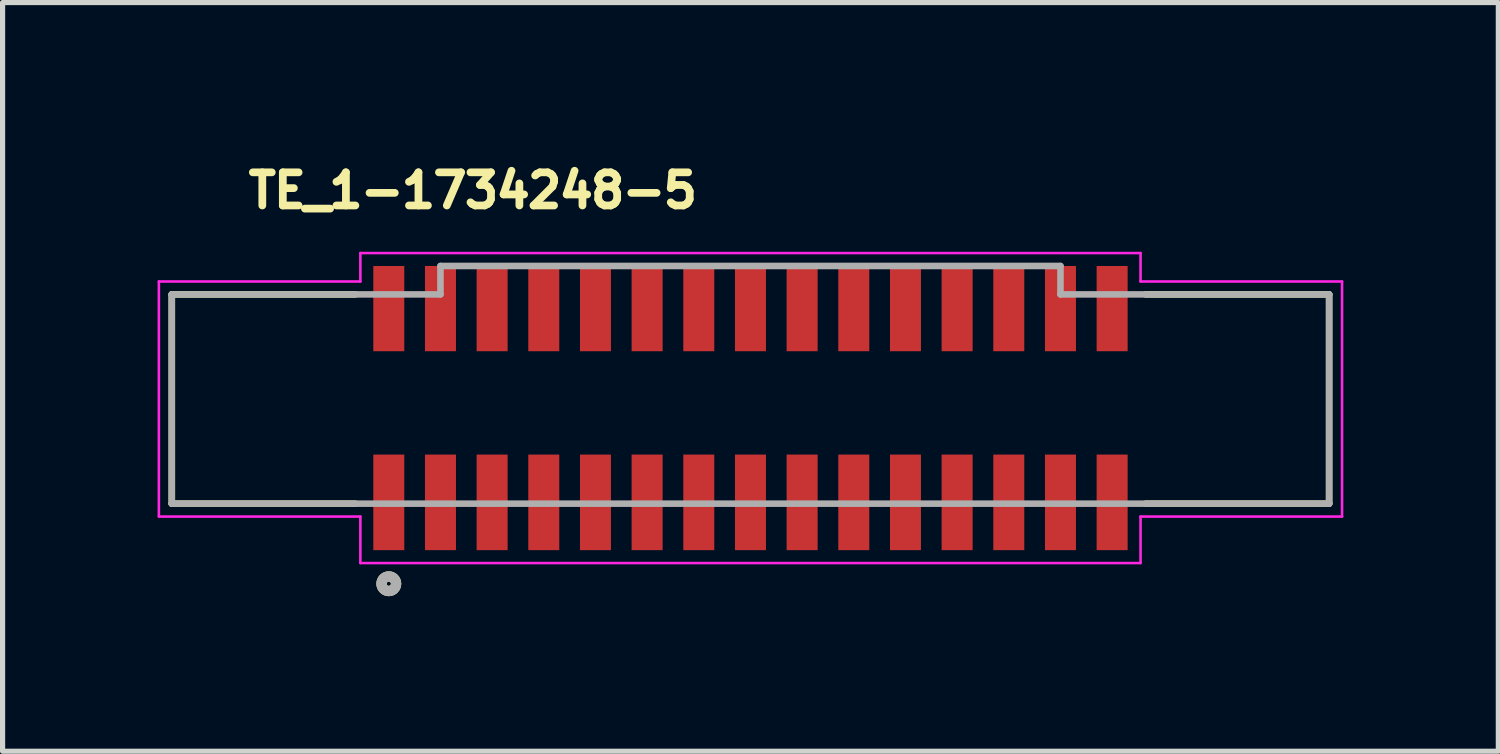
<source format=kicad_pcb>
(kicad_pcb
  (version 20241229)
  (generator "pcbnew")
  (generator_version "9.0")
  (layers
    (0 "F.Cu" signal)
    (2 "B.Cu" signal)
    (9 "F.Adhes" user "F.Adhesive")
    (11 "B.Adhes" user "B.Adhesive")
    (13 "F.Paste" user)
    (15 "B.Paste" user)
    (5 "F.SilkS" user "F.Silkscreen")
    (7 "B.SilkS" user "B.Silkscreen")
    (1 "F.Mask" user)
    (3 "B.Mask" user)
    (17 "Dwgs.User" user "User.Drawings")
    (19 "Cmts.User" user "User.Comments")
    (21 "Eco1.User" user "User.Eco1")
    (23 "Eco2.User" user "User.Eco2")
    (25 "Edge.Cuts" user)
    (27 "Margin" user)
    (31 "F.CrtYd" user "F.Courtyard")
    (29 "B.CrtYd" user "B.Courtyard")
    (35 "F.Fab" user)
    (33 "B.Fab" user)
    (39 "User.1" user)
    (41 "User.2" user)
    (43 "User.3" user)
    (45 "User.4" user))
  (footprint "TE_1-1734248-5"
    (layer "F.Cu")
    (at 11.475 4.648)
    (property "Reference" "TE_1-1734248-5" (at -5.373 -4.01 0) (layer "F.SilkS") (effects (font (size 0.641 0.641) (thickness 0.15))))
    (attr through_hole)
    (fp_line (start -11.2 -2) (end -7.65 -2) (stroke (width 0.127) (type solid)) (layer "F.SilkS"))
    (fp_line (start -11.2 2.05) (end -11.2 -2) (stroke (width 0.127) (type solid)) (layer "F.SilkS"))
    (fp_line (start -11.2 2.05) (end -7.65 2.05) (stroke (width 0.127) (type solid)) (layer "F.SilkS"))
    (fp_line (start 11.2 -2) (end 7.65 -2) (stroke (width 0.127) (type solid)) (layer "F.SilkS"))
    (fp_line (start 11.2 2.05) (end 7.65 2.05) (stroke (width 0.127) (type solid)) (layer "F.SilkS"))
    (fp_line (start 11.2 2.05) (end 11.2 -2) (stroke (width 0.127) (type solid)) (layer "F.SilkS"))
    (fp_circle (center -7 3.6) (end -6.859 3.6) (stroke (width 0.2) (type solid)) (fill no) (layer "F.SilkS"))
    (fp_line (start -11.45 -2.25) (end -7.55 -2.25) (stroke (width 0.05) (type solid)) (layer "F.CrtYd"))
    (fp_line (start -11.45 2.3) (end -11.45 -2.25) (stroke (width 0.05) (type solid)) (layer "F.CrtYd"))
    (fp_line (start -7.55 -2.8) (end 7.55 -2.8) (stroke (width 0.05) (type solid)) (layer "F.CrtYd"))
    (fp_line (start -7.55 -2.25) (end -7.55 -2.8) (stroke (width 0.05) (type solid)) (layer "F.CrtYd"))
    (fp_line (start -7.55 2.3) (end -11.45 2.3) (stroke (width 0.05) (type solid)) (layer "F.CrtYd"))
    (fp_line (start -7.55 3.2) (end -7.55 2.3) (stroke (width 0.05) (type solid)) (layer "F.CrtYd"))
    (fp_line (start 7.55 -2.8) (end 7.55 -2.25) (stroke (width 0.05) (type solid)) (layer "F.CrtYd"))
    (fp_line (start 7.55 -2.25) (end 11.45 -2.25) (stroke (width 0.05) (type solid)) (layer "F.CrtYd"))
    (fp_line (start 7.55 2.3) (end 7.55 3.2) (stroke (width 0.05) (type solid)) (layer "F.CrtYd"))
    (fp_line (start 7.55 3.2) (end -7.55 3.2) (stroke (width 0.05) (type solid)) (layer "F.CrtYd"))
    (fp_line (start 11.45 -2.25) (end 11.45 2.3) (stroke (width 0.05) (type solid)) (layer "F.CrtYd"))
    (fp_line (start 11.45 2.3) (end 7.55 2.3) (stroke (width 0.05) (type solid)) (layer "F.CrtYd"))
    (fp_line (start -11.2 -2) (end -6 -2) (stroke (width 0.127) (type solid)) (layer "F.Fab"))
    (fp_line (start -11.2 2.05) (end -11.2 -2) (stroke (width 0.127) (type solid)) (layer "F.Fab"))
    (fp_line (start -6 -2.55) (end 6 -2.55) (stroke (width 0.127) (type solid)) (layer "F.Fab"))
    (fp_line (start -6 -2) (end -6 -2.55) (stroke (width 0.127) (type solid)) (layer "F.Fab"))
    (fp_line (start 6 -2) (end 6 -2.55) (stroke (width 0.127) (type solid)) (layer "F.Fab"))
    (fp_line (start 11.2 -2) (end 6 -2) (stroke (width 0.127) (type solid)) (layer "F.Fab"))
    (fp_line (start 11.2 2.05) (end -11.2 2.05) (stroke (width 0.127) (type solid)) (layer "F.Fab"))
    (fp_line (start 11.2 2.05) (end 11.2 -2) (stroke (width 0.127) (type solid)) (layer "F.Fab"))
    (fp_circle (center -7 3.6) (end -6.859 3.6) (stroke (width 0.2) (type solid)) (fill no) (layer "F.Fab"))
    (pad "1" smd rect (at -7 2.025 180) (size 0.6 1.85) (layers "F.Cu" "F.Mask" "F.Paste"))
    (pad "1_1" smd rect (at -7 -1.725 180) (size 0.6 1.65) (layers "F.Cu" "F.Mask" "F.Paste"))
    (pad "2" smd rect (at -6 2.025 180) (size 0.6 1.85) (layers "F.Cu" "F.Mask" "F.Paste"))
    (pad "2_1" smd rect (at -6 -1.725 180) (size 0.6 1.65) (layers "F.Cu" "F.Mask" "F.Paste"))
    (pad "3" smd rect (at -5 2.025 180) (size 0.6 1.85) (layers "F.Cu" "F.Mask" "F.Paste"))
    (pad "3_1" smd rect (at -5 -1.725 180) (size 0.6 1.65) (layers "F.Cu" "F.Mask" "F.Paste"))
    (pad "4" smd rect (at -4 2.025 180) (size 0.6 1.85) (layers "F.Cu" "F.Mask" "F.Paste"))
    (pad "4_1" smd rect (at -4 -1.725 180) (size 0.6 1.65) (layers "F.Cu" "F.Mask" "F.Paste"))
    (pad "5" smd rect (at -3 2.025 180) (size 0.6 1.85) (layers "F.Cu" "F.Mask" "F.Paste"))
    (pad "5_1" smd rect (at -3 -1.725 180) (size 0.6 1.65) (layers "F.Cu" "F.Mask" "F.Paste"))
    (pad "6" smd rect (at -2 2.025 180) (size 0.6 1.85) (layers "F.Cu" "F.Mask" "F.Paste"))
    (pad "6_1" smd rect (at -2 -1.725 180) (size 0.6 1.65) (layers "F.Cu" "F.Mask" "F.Paste"))
    (pad "7" smd rect (at -1 2.025 180) (size 0.6 1.85) (layers "F.Cu" "F.Mask" "F.Paste"))
    (pad "7_1" smd rect (at -1 -1.725 180) (size 0.6 1.65) (layers "F.Cu" "F.Mask" "F.Paste"))
    (pad "8" smd rect (at 0 2.025 180) (size 0.6 1.85) (layers "F.Cu" "F.Mask" "F.Paste"))
    (pad "8_1" smd rect (at 0 -1.725 180) (size 0.6 1.65) (layers "F.Cu" "F.Mask" "F.Paste"))
    (pad "9" smd rect (at 1 2.025 180) (size 0.6 1.85) (layers "F.Cu" "F.Mask" "F.Paste"))
    (pad "9_1" smd rect (at 1 -1.725 180) (size 0.6 1.65) (layers "F.Cu" "F.Mask" "F.Paste"))
    (pad "10" smd rect (at 2 2.025 180) (size 0.6 1.85) (layers "F.Cu" "F.Mask" "F.Paste"))
    (pad "10_1" smd rect (at 2 -1.725 180) (size 0.6 1.65) (layers "F.Cu" "F.Mask" "F.Paste"))
    (pad "11" smd rect (at 3 2.025 180) (size 0.6 1.85) (layers "F.Cu" "F.Mask" "F.Paste"))
    (pad "11_1" smd rect (at 3 -1.725 180) (size 0.6 1.65) (layers "F.Cu" "F.Mask" "F.Paste"))
    (pad "12" smd rect (at 4 2.025 180) (size 0.6 1.85) (layers "F.Cu" "F.Mask" "F.Paste"))
    (pad "12_1" smd rect (at 4 -1.725 180) (size 0.6 1.65) (layers "F.Cu" "F.Mask" "F.Paste"))
    (pad "13" smd rect (at 5 2.025 180) (size 0.6 1.85) (layers "F.Cu" "F.Mask" "F.Paste"))
    (pad "13_1" smd rect (at 5 -1.725 180) (size 0.6 1.65) (layers "F.Cu" "F.Mask" "F.Paste"))
    (pad "14" smd rect (at 6 2.025 180) (size 0.6 1.85) (layers "F.Cu" "F.Mask" "F.Paste"))
    (pad "14_1" smd rect (at 6 -1.725 180) (size 0.6 1.65) (layers "F.Cu" "F.Mask" "F.Paste"))
    (pad "15" smd rect (at 7 2.025 180) (size 0.6 1.85) (layers "F.Cu" "F.Mask" "F.Paste"))
    (pad "15_1" smd rect (at 7 -1.725 180) (size 0.6 1.65) (layers "F.Cu" "F.Mask" "F.Paste")))
  (gr_rect
    (start -3 -3)
    (end 25.95 11.49)
    (stroke (width 0.1) (type default))
    (fill no)
    (layer "Edge.Cuts")))
</source>
